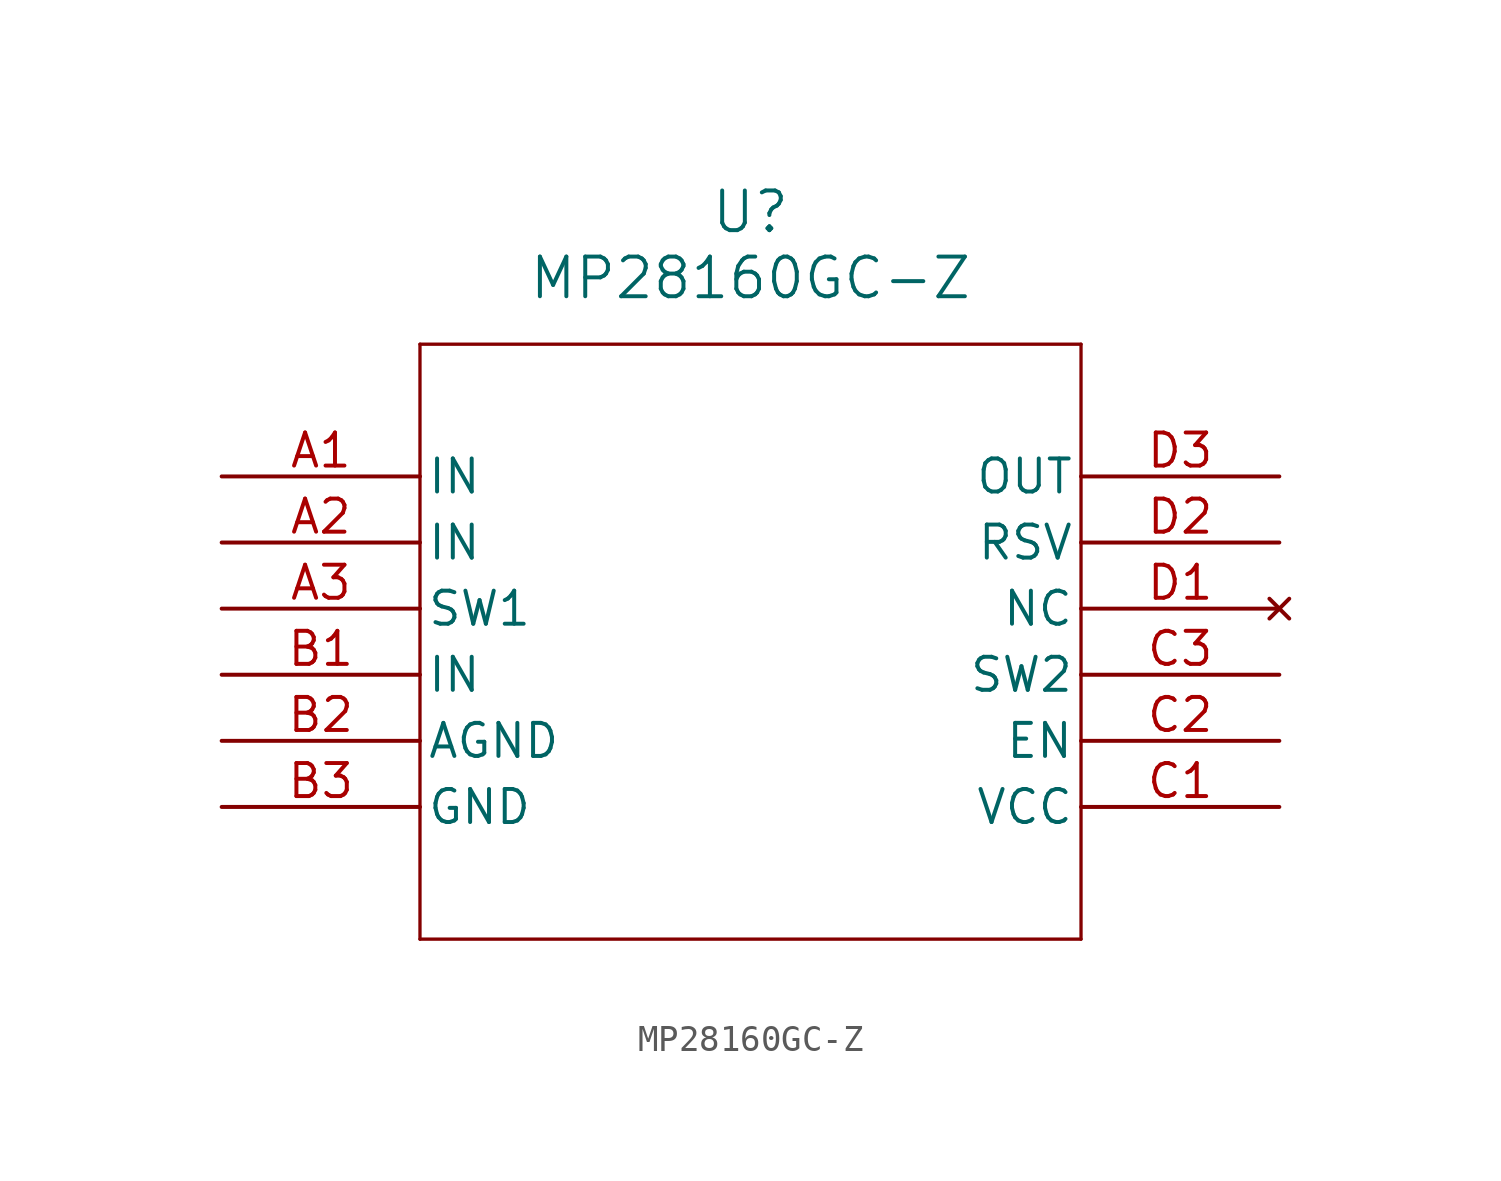
<source format=kicad_sym>
(kicad_symbol_lib
  (version 20211014)
  (generator kicad_symbol_editor)
  (symbol "MP28160GC-Z"
    (pin_names
      (offset 0.254))
    (property "Reference" "U"
      (at 20.32 10.16 0)
      (effects (font (size 1.524 1.524))))
    (property "Value" "MP28160GC-Z"
      (at 20.32 7.62 0)
      (effects (font (size 1.524 1.524))))
    (symbol "MP28160GC-Z_0_1"
      (polyline (pts (xy 7.62 5.08) (xy 7.62 -17.78)) (stroke (width 0.127) (type default) (color 0 0 0 0)) (fill (type none)))
      (polyline (pts (xy 7.62 -17.78) (xy 33.02 -17.78)) (stroke (width 0.127) (type default) (color 0 0 0 0)) (fill (type none)))
      (polyline (pts (xy 33.02 -17.78) (xy 33.02 5.08)) (stroke (width 0.127) (type default) (color 0 0 0 0)) (fill (type none)))
      (polyline (pts (xy 33.02 5.08) (xy 7.62 5.08)) (stroke (width 0.127) (type default) (color 0 0 0 0)) (fill (type none)))
      (pin power_in line (at 0 0 0) (length 7.62) (name "IN" (effects (font (size 1.27 1.27)))) (number "A1" (effects (font (size 1.27 1.27)))))
      (pin power_in line (at 0 -2.54 0) (length 7.62) (name "IN" (effects (font (size 1.27 1.27)))) (number "A2" (effects (font (size 1.27 1.27)))))
      (pin unspecified line (at 0 -5.08 0) (length 7.62) (name "SW1" (effects (font (size 1.27 1.27)))) (number "A3" (effects (font (size 1.27 1.27)))))
      (pin power_in line (at 0 -7.62 0) (length 7.62) (name "IN" (effects (font (size 1.27 1.27)))) (number "B1" (effects (font (size 1.27 1.27)))))
      (pin power_out line (at 0 -10.16 0) (length 7.62) (name "AGND" (effects (font (size 1.27 1.27)))) (number "B2" (effects (font (size 1.27 1.27)))))
      (pin power_out line (at 0 -12.7 0) (length 7.62) (name "GND" (effects (font (size 1.27 1.27)))) (number "B3" (effects (font (size 1.27 1.27)))))
      (pin power_in line (at 40.64 -12.7 180) (length 7.62) (name "VCC" (effects (font (size 1.27 1.27)))) (number "C1" (effects (font (size 1.27 1.27)))))
      (pin bidirectional line (at 40.64 -10.16 180) (length 7.62) (name "EN" (effects (font (size 1.27 1.27)))) (number "C2" (effects (font (size 1.27 1.27)))))
      (pin unspecified line (at 40.64 -7.62 180) (length 7.62) (name "SW2" (effects (font (size 1.27 1.27)))) (number "C3" (effects (font (size 1.27 1.27)))))
      (pin no_connect line (at 40.64 -5.08 180) (length 7.62) (name "NC" (effects (font (size 1.27 1.27)))) (number "D1" (effects (font (size 1.27 1.27)))))
      (pin unspecified line (at 40.64 -2.54 180) (length 7.62) (name "RSV" (effects (font (size 1.27 1.27)))) (number "D2" (effects (font (size 1.27 1.27)))))
      (pin output line (at 40.64 0 180) (length 7.62) (name "OUT" (effects (font (size 1.27 1.27)))) (number "D3" (effects (font (size 1.27 1.27))))))))
</source>
